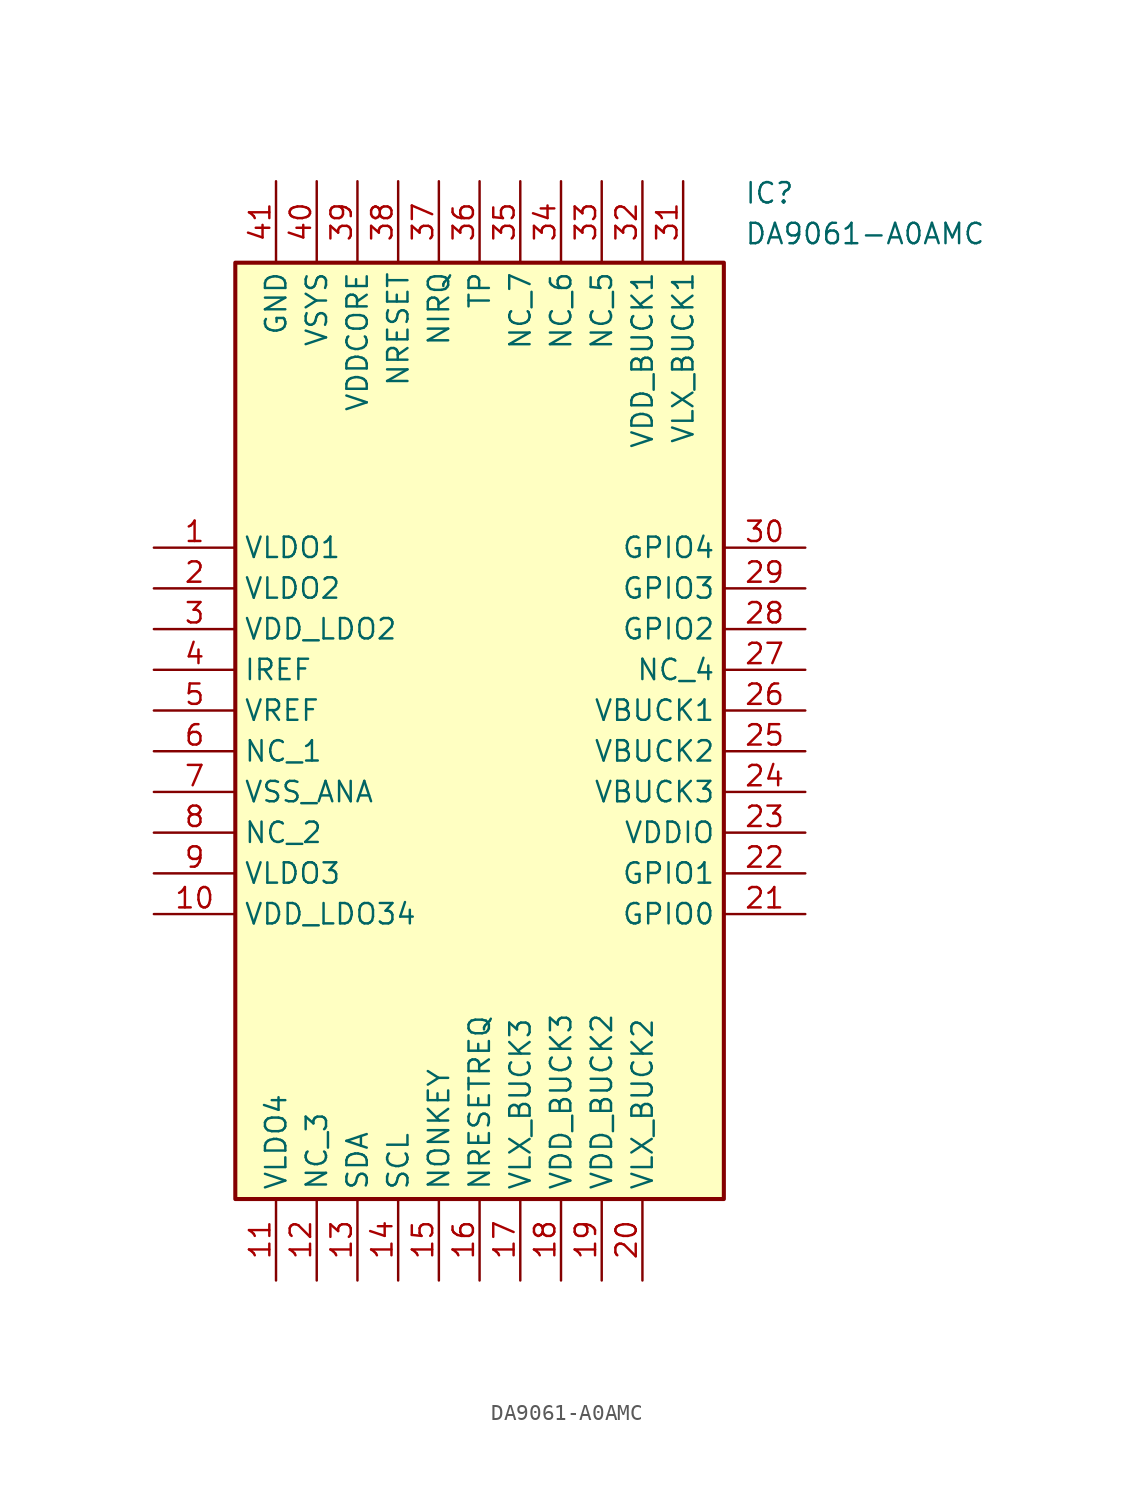
<source format=kicad_sym>
(kicad_symbol_lib
  (version 20211014)
  (generator SamacSys_ECAD_Model)
  (symbol "DA9061-A0AMC"
    (property "Reference" "IC"
      (at 36.83 22.86 0)
      (effects (font (size 1.27 1.27)) (justify left top)))
    (property "Value" "DA9061-A0AMC"
      (at 36.83 20.32 0)
      (effects (font (size 1.27 1.27)) (justify left top)))
    (rectangle
      (start 5.08 17.78)
      (end 35.56 -40.64)
      (stroke (width 0.254) (type default))
      (fill (type background)))
    (pin passive line
      (at 0 0 0)
      (length 5.08)
      (name "VLDO1" (effects (font (size 1.27 1.27))))
      (number "1" (effects (font (size 1.27 1.27)))))
    (pin passive line
      (at 0 -2.54 0)
      (length 5.08)
      (name "VLDO2" (effects (font (size 1.27 1.27))))
      (number "2" (effects (font (size 1.27 1.27)))))
    (pin passive line
      (at 0 -5.08 0)
      (length 5.08)
      (name "VDD_LDO2" (effects (font (size 1.27 1.27))))
      (number "3" (effects (font (size 1.27 1.27)))))
    (pin passive line
      (at 0 -7.62 0)
      (length 5.08)
      (name "IREF" (effects (font (size 1.27 1.27))))
      (number "4" (effects (font (size 1.27 1.27)))))
    (pin passive line
      (at 0 -10.16 0)
      (length 5.08)
      (name "VREF" (effects (font (size 1.27 1.27))))
      (number "5" (effects (font (size 1.27 1.27)))))
    (pin passive line
      (at 0 -12.7 0)
      (length 5.08)
      (name "NC_1" (effects (font (size 1.27 1.27))))
      (number "6" (effects (font (size 1.27 1.27)))))
    (pin passive line
      (at 0 -15.24 0)
      (length 5.08)
      (name "VSS_ANA" (effects (font (size 1.27 1.27))))
      (number "7" (effects (font (size 1.27 1.27)))))
    (pin passive line
      (at 0 -17.78 0)
      (length 5.08)
      (name "NC_2" (effects (font (size 1.27 1.27))))
      (number "8" (effects (font (size 1.27 1.27)))))
    (pin passive line
      (at 0 -20.32 0)
      (length 5.08)
      (name "VLDO3" (effects (font (size 1.27 1.27))))
      (number "9" (effects (font (size 1.27 1.27)))))
    (pin passive line
      (at 0 -22.86 0)
      (length 5.08)
      (name "VDD_LDO34" (effects (font (size 1.27 1.27))))
      (number "10" (effects (font (size 1.27 1.27)))))
    (pin passive line
      (at 7.62 -45.72 90)
      (length 5.08)
      (name "VLDO4" (effects (font (size 1.27 1.27))))
      (number "11" (effects (font (size 1.27 1.27)))))
    (pin passive line
      (at 10.16 -45.72 90)
      (length 5.08)
      (name "NC_3" (effects (font (size 1.27 1.27))))
      (number "12" (effects (font (size 1.27 1.27)))))
    (pin passive line
      (at 12.7 -45.72 90)
      (length 5.08)
      (name "SDA" (effects (font (size 1.27 1.27))))
      (number "13" (effects (font (size 1.27 1.27)))))
    (pin passive line
      (at 15.24 -45.72 90)
      (length 5.08)
      (name "SCL" (effects (font (size 1.27 1.27))))
      (number "14" (effects (font (size 1.27 1.27)))))
    (pin passive line
      (at 17.78 -45.72 90)
      (length 5.08)
      (name "NONKEY" (effects (font (size 1.27 1.27))))
      (number "15" (effects (font (size 1.27 1.27)))))
    (pin passive line
      (at 20.32 -45.72 90)
      (length 5.08)
      (name "NRESETREQ" (effects (font (size 1.27 1.27))))
      (number "16" (effects (font (size 1.27 1.27)))))
    (pin passive line
      (at 22.86 -45.72 90)
      (length 5.08)
      (name "VLX_BUCK3" (effects (font (size 1.27 1.27))))
      (number "17" (effects (font (size 1.27 1.27)))))
    (pin passive line
      (at 25.4 -45.72 90)
      (length 5.08)
      (name "VDD_BUCK3" (effects (font (size 1.27 1.27))))
      (number "18" (effects (font (size 1.27 1.27)))))
    (pin passive line
      (at 27.94 -45.72 90)
      (length 5.08)
      (name "VDD_BUCK2" (effects (font (size 1.27 1.27))))
      (number "19" (effects (font (size 1.27 1.27)))))
    (pin passive line
      (at 30.48 -45.72 90)
      (length 5.08)
      (name "VLX_BUCK2" (effects (font (size 1.27 1.27))))
      (number "20" (effects (font (size 1.27 1.27)))))
    (pin passive line
      (at 40.64 0 180)
      (length 5.08)
      (name "GPIO4" (effects (font (size 1.27 1.27))))
      (number "30" (effects (font (size 1.27 1.27)))))
    (pin passive line
      (at 40.64 -2.54 180)
      (length 5.08)
      (name "GPIO3" (effects (font (size 1.27 1.27))))
      (number "29" (effects (font (size 1.27 1.27)))))
    (pin passive line
      (at 40.64 -5.08 180)
      (length 5.08)
      (name "GPIO2" (effects (font (size 1.27 1.27))))
      (number "28" (effects (font (size 1.27 1.27)))))
    (pin passive line
      (at 40.64 -7.62 180)
      (length 5.08)
      (name "NC_4" (effects (font (size 1.27 1.27))))
      (number "27" (effects (font (size 1.27 1.27)))))
    (pin passive line
      (at 40.64 -10.16 180)
      (length 5.08)
      (name "VBUCK1" (effects (font (size 1.27 1.27))))
      (number "26" (effects (font (size 1.27 1.27)))))
    (pin passive line
      (at 40.64 -12.7 180)
      (length 5.08)
      (name "VBUCK2" (effects (font (size 1.27 1.27))))
      (number "25" (effects (font (size 1.27 1.27)))))
    (pin passive line
      (at 40.64 -15.24 180)
      (length 5.08)
      (name "VBUCK3" (effects (font (size 1.27 1.27))))
      (number "24" (effects (font (size 1.27 1.27)))))
    (pin passive line
      (at 40.64 -17.78 180)
      (length 5.08)
      (name "VDDIO" (effects (font (size 1.27 1.27))))
      (number "23" (effects (font (size 1.27 1.27)))))
    (pin passive line
      (at 40.64 -20.32 180)
      (length 5.08)
      (name "GPIO1" (effects (font (size 1.27 1.27))))
      (number "22" (effects (font (size 1.27 1.27)))))
    (pin passive line
      (at 40.64 -22.86 180)
      (length 5.08)
      (name "GPIO0" (effects (font (size 1.27 1.27))))
      (number "21" (effects (font (size 1.27 1.27)))))
    (pin passive line
      (at 7.62 22.86 270)
      (length 5.08)
      (name "GND" (effects (font (size 1.27 1.27))))
      (number "41" (effects (font (size 1.27 1.27)))))
    (pin passive line
      (at 10.16 22.86 270)
      (length 5.08)
      (name "VSYS" (effects (font (size 1.27 1.27))))
      (number "40" (effects (font (size 1.27 1.27)))))
    (pin passive line
      (at 12.7 22.86 270)
      (length 5.08)
      (name "VDDCORE" (effects (font (size 1.27 1.27))))
      (number "39" (effects (font (size 1.27 1.27)))))
    (pin passive line
      (at 15.24 22.86 270)
      (length 5.08)
      (name "NRESET" (effects (font (size 1.27 1.27))))
      (number "38" (effects (font (size 1.27 1.27)))))
    (pin passive line
      (at 17.78 22.86 270)
      (length 5.08)
      (name "NIRQ" (effects (font (size 1.27 1.27))))
      (number "37" (effects (font (size 1.27 1.27)))))
    (pin passive line
      (at 20.32 22.86 270)
      (length 5.08)
      (name "TP" (effects (font (size 1.27 1.27))))
      (number "36" (effects (font (size 1.27 1.27)))))
    (pin passive line
      (at 22.86 22.86 270)
      (length 5.08)
      (name "NC_7" (effects (font (size 1.27 1.27))))
      (number "35" (effects (font (size 1.27 1.27)))))
    (pin passive line
      (at 25.4 22.86 270)
      (length 5.08)
      (name "NC_6" (effects (font (size 1.27 1.27))))
      (number "34" (effects (font (size 1.27 1.27)))))
    (pin passive line
      (at 27.94 22.86 270)
      (length 5.08)
      (name "NC_5" (effects (font (size 1.27 1.27))))
      (number "33" (effects (font (size 1.27 1.27)))))
    (pin passive line
      (at 30.48 22.86 270)
      (length 5.08)
      (name "VDD_BUCK1" (effects (font (size 1.27 1.27))))
      (number "32" (effects (font (size 1.27 1.27)))))
    (pin passive line
      (at 33.02 22.86 270)
      (length 5.08)
      (name "VLX_BUCK1" (effects (font (size 1.27 1.27))))
      (number "31" (effects (font (size 1.27 1.27)))))))
</source>
